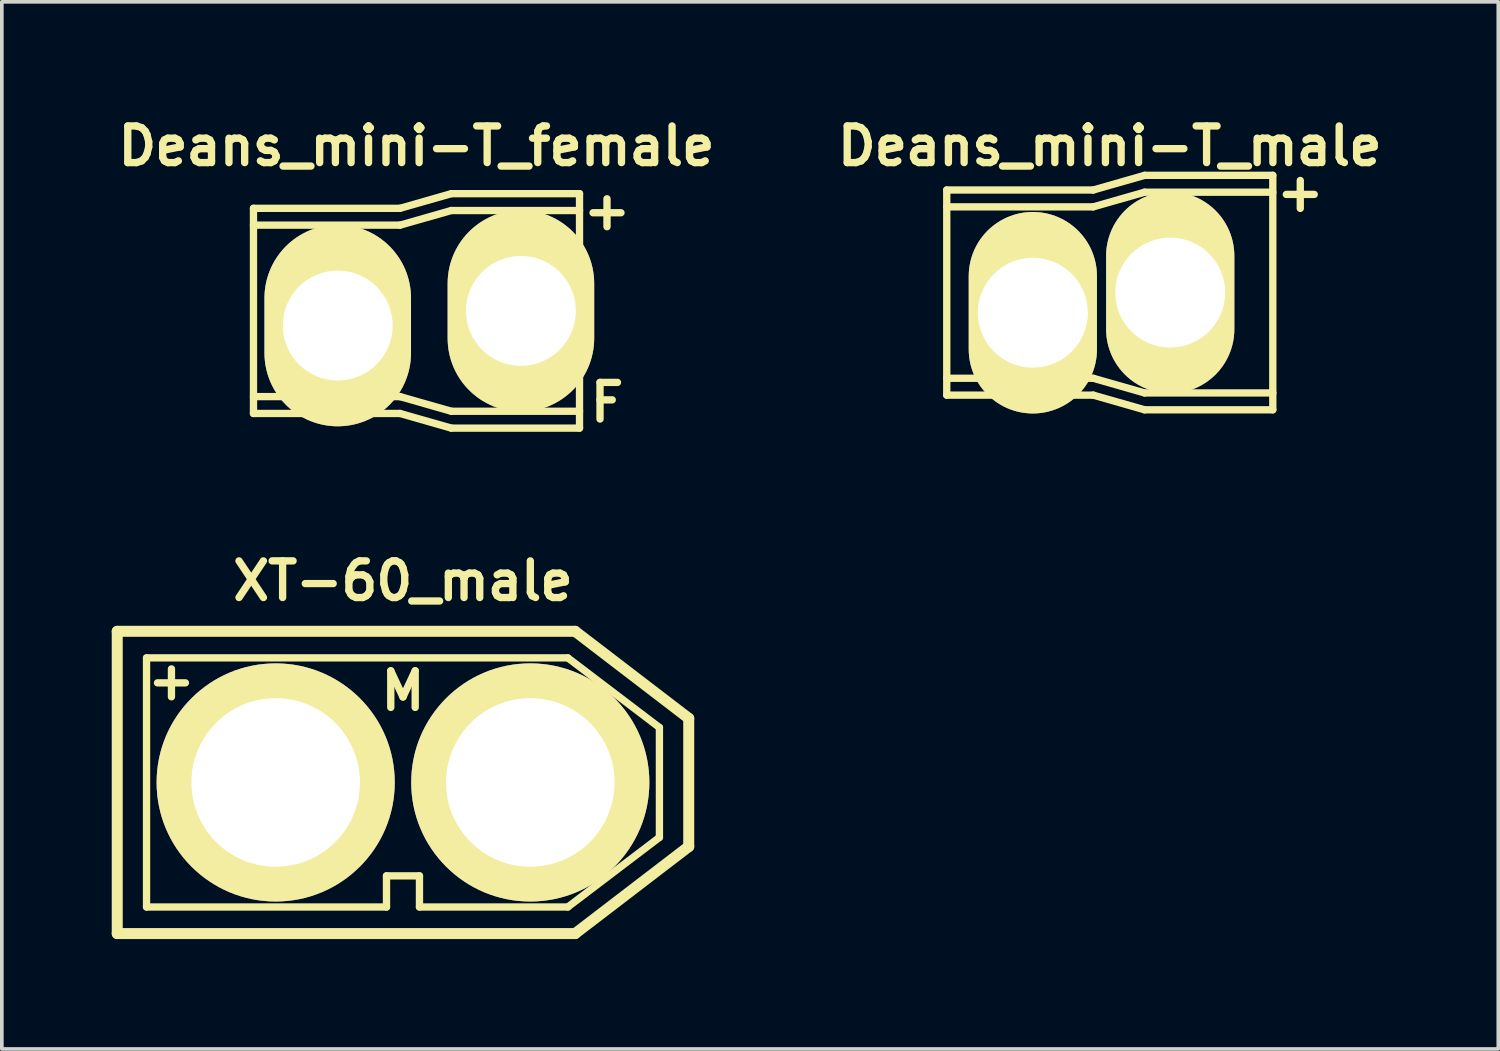
<source format=kicad_pcb>
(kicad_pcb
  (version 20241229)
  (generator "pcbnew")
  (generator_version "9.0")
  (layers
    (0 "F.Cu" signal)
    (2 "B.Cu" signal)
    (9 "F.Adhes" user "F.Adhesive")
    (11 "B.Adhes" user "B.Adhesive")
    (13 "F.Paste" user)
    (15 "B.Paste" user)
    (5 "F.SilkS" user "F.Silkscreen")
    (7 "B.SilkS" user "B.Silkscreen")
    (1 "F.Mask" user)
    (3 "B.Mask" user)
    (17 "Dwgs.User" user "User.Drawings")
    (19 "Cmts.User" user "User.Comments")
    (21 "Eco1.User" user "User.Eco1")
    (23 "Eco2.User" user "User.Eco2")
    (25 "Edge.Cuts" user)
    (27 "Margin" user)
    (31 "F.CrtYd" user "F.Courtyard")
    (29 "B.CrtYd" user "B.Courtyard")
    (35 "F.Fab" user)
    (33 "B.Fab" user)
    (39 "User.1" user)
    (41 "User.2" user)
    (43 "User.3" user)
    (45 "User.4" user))
  (footprint "Deans_mini-T_female"
    (layer "F.Cu")
    (at 8.319 5.436)
    (property "Reference" "Deans_mini-T_female" (at 0 -4.5 0) (layer "F.SilkS") (effects (font (size 1 1) (thickness 0.2))))
    (attr through_hole)
    (fp_line (start -4.45 -2.8) (end -4.45 2.8) (stroke (width 0.2) (type solid)) (layer "F.SilkS"))
    (fp_line (start -4.45 -2.8) (end -0.45 -2.8) (stroke (width 0.2) (type solid)) (layer "F.SilkS"))
    (fp_line (start -4.45 -2.34) (end -0.45 -2.34) (stroke (width 0.2) (type solid)) (layer "F.SilkS"))
    (fp_line (start -4.45 2.34) (end -0.45 2.34) (stroke (width 0.2) (type solid)) (layer "F.SilkS"))
    (fp_line (start -4.45 2.8) (end -0.45 2.8) (stroke (width 0.2) (type solid)) (layer "F.SilkS"))
    (fp_line (start -0.45 -2.34) (end 0.95 -2.74) (stroke (width 0.2) (type solid)) (layer "F.SilkS"))
    (fp_line (start -0.45 2.34) (end 0.95 2.74) (stroke (width 0.2) (type solid)) (layer "F.SilkS"))
    (fp_line (start 0.95 -3.2) (end -0.45 -2.8) (stroke (width 0.2) (type solid)) (layer "F.SilkS"))
    (fp_line (start 0.95 3.2) (end -0.45 2.8) (stroke (width 0.2) (type solid)) (layer "F.SilkS"))
    (fp_line (start 4.45 -3.2) (end 0.95 -3.2) (stroke (width 0.2) (type solid)) (layer "F.SilkS"))
    (fp_line (start 4.45 -3.2) (end 4.45 3.2) (stroke (width 0.2) (type solid)) (layer "F.SilkS"))
    (fp_line (start 4.45 -2.74) (end 0.95 -2.74) (stroke (width 0.2) (type solid)) (layer "F.SilkS"))
    (fp_line (start 4.45 2.74) (end 0.95 2.74) (stroke (width 0.2) (type solid)) (layer "F.SilkS"))
    (fp_line (start 4.45 3.2) (end 0.95 3.2) (stroke (width 0.2) (type solid)) (layer "F.SilkS"))
    (fp_line (start -3.331 -0.095) (end -3.331 0.905) (stroke (width 0.2) (type solid)) (layer "Dwgs.User"))
    (fp_line (start -3.331 0.905) (end -0.931 0.905) (stroke (width 0.2) (type solid)) (layer "Dwgs.User"))
    (fp_line (start -0.931 -0.095) (end -3.321 -0.095) (stroke (width 0.2) (type solid)) (layer "Dwgs.User"))
    (fp_line (start -0.931 0.905) (end -0.931 -0.095) (stroke (width 0.2) (type solid)) (layer "Dwgs.User"))
    (fp_line (start 2.359 -1.195) (end 2.359 1.205) (stroke (width 0.2) (type solid)) (layer "Dwgs.User"))
    (fp_line (start 2.359 1.205) (end 3.359 1.205) (stroke (width 0.2) (type solid)) (layer "Dwgs.User"))
    (fp_line (start 3.359 -1.195) (end 2.359 -1.195) (stroke (width 0.2) (type solid)) (layer "Dwgs.User"))
    (fp_line (start 3.359 1.205) (end 3.359 -1.185) (stroke (width 0.2) (type solid)) (layer "Dwgs.User"))
    (fp_text user "+" (at 5.2 -2.75 0) (layer "F.SilkS") (effects (font (size 1 1) (thickness 0.2))))
    (fp_text user "F" (at 5.2 2.5 180) (layer "F.SilkS") (effects (font (size 1 1) (thickness 0.2))))
    (pad "1" thru_hole oval (at -2.15 0.4) (size 4 5.5) (drill 3) (layers "*.Cu" "*.Mask" "F.SilkS"))
    (pad "2" thru_hole oval (at 2.85 0) (size 4 5.5) (drill 3) (layers "*.Cu" "*.Mask" "F.SilkS")))
  (footprint "XT-60_male"
    (layer "F.Cu")
    (at 7.95 18.308)
    (property "Reference" "XT-60_male" (at 0 -5.5 0) (layer "F.SilkS") (effects (font (size 1 1) (thickness 0.2))))
    (attr through_hole)
    (fp_line (start -7.8 -4.125) (end -7.8 4.125) (stroke (width 0.3) (type solid)) (layer "F.SilkS"))
    (fp_line (start -7.8 -4.125) (end 4.7 -4.125) (stroke (width 0.3) (type solid)) (layer "F.SilkS"))
    (fp_line (start -7.8 4.125) (end 4.7 4.125) (stroke (width 0.3) (type solid)) (layer "F.SilkS"))
    (fp_line (start -7 -3.4) (end -7 3.4) (stroke (width 0.2) (type solid)) (layer "F.SilkS"))
    (fp_line (start -7 -3.4) (end 4.5 -3.4) (stroke (width 0.2) (type solid)) (layer "F.SilkS"))
    (fp_line (start -7 3.4) (end -0.45 3.4) (stroke (width 0.2) (type solid)) (layer "F.SilkS"))
    (fp_line (start -0.45 2.55) (end -0.45 3.4) (stroke (width 0.2) (type solid)) (layer "F.SilkS"))
    (fp_line (start -0.45 2.55) (end 0.45 2.55) (stroke (width 0.2) (type solid)) (layer "F.SilkS"))
    (fp_line (start 0.45 2.55) (end 0.45 3.4) (stroke (width 0.2) (type solid)) (layer "F.SilkS"))
    (fp_line (start 0.45 3.4) (end 4.5 3.4) (stroke (width 0.2) (type solid)) (layer "F.SilkS"))
    (fp_line (start 4.5 -3.4) (end 7 -1.5) (stroke (width 0.2) (type solid)) (layer "F.SilkS"))
    (fp_line (start 4.5 3.4) (end 7 1.5) (stroke (width 0.2) (type solid)) (layer "F.SilkS"))
    (fp_line (start 4.7 -4.125) (end 7.8 -1.75) (stroke (width 0.3) (type solid)) (layer "F.SilkS"))
    (fp_line (start 4.7 4.125) (end 7.8 1.75) (stroke (width 0.3) (type solid)) (layer "F.SilkS"))
    (fp_line (start 7 -1.5) (end 7 1.5) (stroke (width 0.2) (type solid)) (layer "F.SilkS"))
    (fp_line (start 7.8 -1.75) (end 7.8 1.75) (stroke (width 0.3) (type solid)) (layer "F.SilkS"))
    (fp_text user "M" (at 0 -2.5 0) (layer "F.SilkS") (effects (font (size 1 1) (thickness 0.2))))
    (fp_text user "+" (at -6.32 -2.79 0) (layer "F.SilkS") (effects (font (size 1 1) (thickness 0.2))))
    (pad "1" thru_hole circle (at 3.475 0) (size 6.5 6.5) (drill 4.6) (layers "*.Cu" "*.Mask" "F.SilkS"))
    (pad "2" thru_hole circle (at -3.475 0) (size 6.5 6.5) (drill 4.6) (layers "*.Cu" "*.Mask" "F.SilkS")))
  (footprint "Deans_mini-T_male"
    (layer "F.Cu")
    (at 27.243 4.936)
    (property "Reference" "Deans_mini-T_male" (at 0 -4 0) (layer "F.SilkS") (effects (font (size 1 1) (thickness 0.2))))
    (attr through_hole)
    (fp_line (start -4.45 -2.8) (end -4.45 2.8) (stroke (width 0.2) (type solid)) (layer "F.SilkS"))
    (fp_line (start -4.45 -2.8) (end -0.45 -2.8) (stroke (width 0.2) (type solid)) (layer "F.SilkS"))
    (fp_line (start -4.45 -2.34) (end -0.45 -2.34) (stroke (width 0.2) (type solid)) (layer "F.SilkS"))
    (fp_line (start -4.45 2.34) (end -0.45 2.34) (stroke (width 0.2) (type solid)) (layer "F.SilkS"))
    (fp_line (start -4.45 2.8) (end -0.45 2.8) (stroke (width 0.2) (type solid)) (layer "F.SilkS"))
    (fp_line (start -0.45 -2.34) (end 0.95 -2.74) (stroke (width 0.2) (type solid)) (layer "F.SilkS"))
    (fp_line (start -0.45 2.34) (end 0.95 2.74) (stroke (width 0.2) (type solid)) (layer "F.SilkS"))
    (fp_line (start 0.95 -3.2) (end -0.45 -2.8) (stroke (width 0.2) (type solid)) (layer "F.SilkS"))
    (fp_line (start 0.95 3.2) (end -0.45 2.8) (stroke (width 0.2) (type solid)) (layer "F.SilkS"))
    (fp_line (start 4.45 -3.2) (end 0.95 -3.2) (stroke (width 0.2) (type solid)) (layer "F.SilkS"))
    (fp_line (start 4.45 -3.2) (end 4.45 3.2) (stroke (width 0.2) (type solid)) (layer "F.SilkS"))
    (fp_line (start 4.45 -2.74) (end 0.95 -2.74) (stroke (width 0.2) (type solid)) (layer "F.SilkS"))
    (fp_line (start 4.45 2.74) (end 0.95 2.74) (stroke (width 0.2) (type solid)) (layer "F.SilkS"))
    (fp_line (start 4.45 3.2) (end 0.95 3.2) (stroke (width 0.2) (type solid)) (layer "F.SilkS"))
    (fp_line (start -3.367 0.032) (end -3.367 1.032) (stroke (width 0.2) (type solid)) (layer "Dwgs.User"))
    (fp_line (start -3.367 1.032) (end -0.867 1.032) (stroke (width 0.2) (type solid)) (layer "Dwgs.User"))
    (fp_line (start -0.867 0.032) (end -3.367 0.032) (stroke (width 0.2) (type solid)) (layer "Dwgs.User"))
    (fp_line (start -0.867 1.032) (end -0.867 0.032) (stroke (width 0.2) (type solid)) (layer "Dwgs.User"))
    (fp_line (start 1.15 -1.248) (end 1.15 1.252) (stroke (width 0.2) (type solid)) (layer "Dwgs.User"))
    (fp_line (start 1.15 1.252) (end 2.15 1.252) (stroke (width 0.2) (type solid)) (layer "Dwgs.User"))
    (fp_line (start 2.15 -1.248) (end 1.15 -1.248) (stroke (width 0.2) (type solid)) (layer "Dwgs.User"))
    (fp_line (start 2.15 1.252) (end 2.15 -1.248) (stroke (width 0.2) (type solid)) (layer "Dwgs.User"))
    (fp_text user "+" (at 5.2 -2.75 0) (layer "F.SilkS") (effects (font (size 1 1) (thickness 0.2))))
    (pad "1" thru_hole oval (at -2.1 0.55) (size 3.5 5.5) (drill 3) (layers "*.Cu" "*.Mask" "F.SilkS"))
    (pad "2" thru_hole oval (at 1.65 0) (size 3.5 5.5) (drill 3) (layers "*.Cu" "*.Mask" "F.SilkS")))
  (gr_rect
    (start -3 -3)
    (end 37.848 25.583)
    (stroke (width 0.1) (type default))
    (fill no)
    (layer "Edge.Cuts")))
</source>
